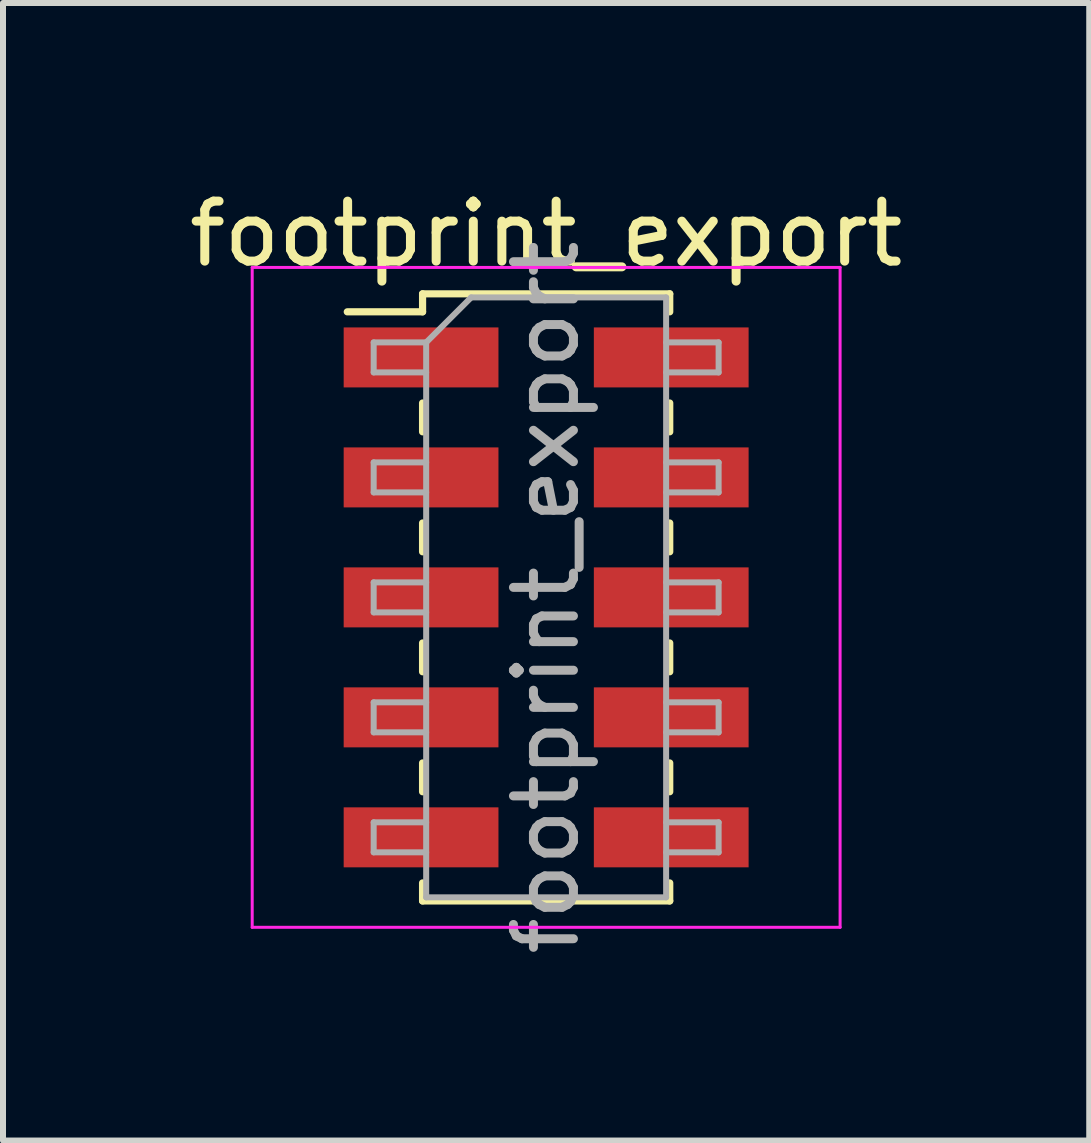
<source format=kicad_pcb>
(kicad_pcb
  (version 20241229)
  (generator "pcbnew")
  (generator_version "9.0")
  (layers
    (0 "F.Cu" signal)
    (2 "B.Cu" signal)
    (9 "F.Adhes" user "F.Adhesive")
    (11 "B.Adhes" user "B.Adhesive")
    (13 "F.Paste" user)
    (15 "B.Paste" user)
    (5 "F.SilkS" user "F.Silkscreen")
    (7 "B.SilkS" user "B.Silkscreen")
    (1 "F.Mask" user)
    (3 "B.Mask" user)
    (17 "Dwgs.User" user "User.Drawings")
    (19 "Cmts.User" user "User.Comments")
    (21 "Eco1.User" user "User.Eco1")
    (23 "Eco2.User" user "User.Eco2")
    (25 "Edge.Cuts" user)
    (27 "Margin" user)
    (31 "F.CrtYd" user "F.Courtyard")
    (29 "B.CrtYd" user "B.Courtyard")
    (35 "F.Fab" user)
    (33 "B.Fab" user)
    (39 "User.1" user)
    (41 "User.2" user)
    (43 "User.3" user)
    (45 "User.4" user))
  (footprint "footprint_export"
    (layer "F.Cu")
    (at 6.054 6.908)
    (property "Reference" "footprint_export" (at 0 -6.06 0) (layer "F.SilkS") (effects (font (size 1 1) (thickness 0.15))))
    (attr smd)
    (fp_line (start -3.315 -4.76) (end -2.06 -4.76) (stroke (width 0.12) (type solid)) (layer "F.SilkS"))
    (fp_line (start -2.06 -5.06) (end -2.06 -4.76) (stroke (width 0.12) (type solid)) (layer "F.SilkS"))
    (fp_line (start -2.06 -5.06) (end 2.06 -5.06) (stroke (width 0.12) (type solid)) (layer "F.SilkS"))
    (fp_line (start -2.06 -3.24) (end -2.06 -2.76) (stroke (width 0.12) (type solid)) (layer "F.SilkS"))
    (fp_line (start -2.06 -1.24) (end -2.06 -0.76) (stroke (width 0.12) (type solid)) (layer "F.SilkS"))
    (fp_line (start -2.06 0.76) (end -2.06 1.24) (stroke (width 0.12) (type solid)) (layer "F.SilkS"))
    (fp_line (start -2.06 2.76) (end -2.06 3.24) (stroke (width 0.12) (type solid)) (layer "F.SilkS"))
    (fp_line (start -2.06 4.76) (end -2.06 5.06) (stroke (width 0.12) (type solid)) (layer "F.SilkS"))
    (fp_line (start -2.06 5.06) (end 2.06 5.06) (stroke (width 0.12) (type solid)) (layer "F.SilkS"))
    (fp_line (start 2.06 -5.06) (end 2.06 -4.76) (stroke (width 0.12) (type solid)) (layer "F.SilkS"))
    (fp_line (start 2.06 -3.24) (end 2.06 -2.76) (stroke (width 0.12) (type solid)) (layer "F.SilkS"))
    (fp_line (start 2.06 -1.24) (end 2.06 -0.76) (stroke (width 0.12) (type solid)) (layer "F.SilkS"))
    (fp_line (start 2.06 0.76) (end 2.06 1.24) (stroke (width 0.12) (type solid)) (layer "F.SilkS"))
    (fp_line (start 2.06 2.76) (end 2.06 3.24) (stroke (width 0.12) (type solid)) (layer "F.SilkS"))
    (fp_line (start 2.06 4.76) (end 2.06 5.06) (stroke (width 0.12) (type solid)) (layer "F.SilkS"))
    (fp_line (start -4.9 -5.5) (end -4.9 5.5) (stroke (width 0.05) (type solid)) (layer "F.CrtYd"))
    (fp_line (start -4.9 5.5) (end 4.9 5.5) (stroke (width 0.05) (type solid)) (layer "F.CrtYd"))
    (fp_line (start 4.9 -5.5) (end -4.9 -5.5) (stroke (width 0.05) (type solid)) (layer "F.CrtYd"))
    (fp_line (start 4.9 5.5) (end 4.9 -5.5) (stroke (width 0.05) (type solid)) (layer "F.CrtYd"))
    (fp_line (start -2.875 -4.25) (end -2.875 -3.75) (stroke (width 0.1) (type solid)) (layer "F.Fab"))
    (fp_line (start -2.875 -3.75) (end -2 -3.75) (stroke (width 0.1) (type solid)) (layer "F.Fab"))
    (fp_line (start -2.875 -2.25) (end -2.875 -1.75) (stroke (width 0.1) (type solid)) (layer "F.Fab"))
    (fp_line (start -2.875 -1.75) (end -2 -1.75) (stroke (width 0.1) (type solid)) (layer "F.Fab"))
    (fp_line (start -2.875 -0.25) (end -2.875 0.25) (stroke (width 0.1) (type solid)) (layer "F.Fab"))
    (fp_line (start -2.875 0.25) (end -2 0.25) (stroke (width 0.1) (type solid)) (layer "F.Fab"))
    (fp_line (start -2.875 1.75) (end -2.875 2.25) (stroke (width 0.1) (type solid)) (layer "F.Fab"))
    (fp_line (start -2.875 2.25) (end -2 2.25) (stroke (width 0.1) (type solid)) (layer "F.Fab"))
    (fp_line (start -2.875 3.75) (end -2.875 4.25) (stroke (width 0.1) (type solid)) (layer "F.Fab"))
    (fp_line (start -2.875 4.25) (end -2 4.25) (stroke (width 0.1) (type solid)) (layer "F.Fab"))
    (fp_line (start -2 -4.25) (end -2.875 -4.25) (stroke (width 0.1) (type solid)) (layer "F.Fab"))
    (fp_line (start -2 -4.25) (end -1.25 -5) (stroke (width 0.1) (type solid)) (layer "F.Fab"))
    (fp_line (start -2 -2.25) (end -2.875 -2.25) (stroke (width 0.1) (type solid)) (layer "F.Fab"))
    (fp_line (start -2 -0.25) (end -2.875 -0.25) (stroke (width 0.1) (type solid)) (layer "F.Fab"))
    (fp_line (start -2 1.75) (end -2.875 1.75) (stroke (width 0.1) (type solid)) (layer "F.Fab"))
    (fp_line (start -2 3.75) (end -2.875 3.75) (stroke (width 0.1) (type solid)) (layer "F.Fab"))
    (fp_line (start -2 5) (end -2 -4.25) (stroke (width 0.1) (type solid)) (layer "F.Fab"))
    (fp_line (start -1.25 -5) (end 2 -5) (stroke (width 0.1) (type solid)) (layer "F.Fab"))
    (fp_line (start 2 -5) (end 2 5) (stroke (width 0.1) (type solid)) (layer "F.Fab"))
    (fp_line (start 2 -4.25) (end 2.875 -4.25) (stroke (width 0.1) (type solid)) (layer "F.Fab"))
    (fp_line (start 2 -2.25) (end 2.875 -2.25) (stroke (width 0.1) (type solid)) (layer "F.Fab"))
    (fp_line (start 2 -0.25) (end 2.875 -0.25) (stroke (width 0.1) (type solid)) (layer "F.Fab"))
    (fp_line (start 2 1.75) (end 2.875 1.75) (stroke (width 0.1) (type solid)) (layer "F.Fab"))
    (fp_line (start 2 3.75) (end 2.875 3.75) (stroke (width 0.1) (type solid)) (layer "F.Fab"))
    (fp_line (start 2 5) (end -2 5) (stroke (width 0.1) (type solid)) (layer "F.Fab"))
    (fp_line (start 2.875 -4.25) (end 2.875 -3.75) (stroke (width 0.1) (type solid)) (layer "F.Fab"))
    (fp_line (start 2.875 -3.75) (end 2 -3.75) (stroke (width 0.1) (type solid)) (layer "F.Fab"))
    (fp_line (start 2.875 -2.25) (end 2.875 -1.75) (stroke (width 0.1) (type solid)) (layer "F.Fab"))
    (fp_line (start 2.875 -1.75) (end 2 -1.75) (stroke (width 0.1) (type solid)) (layer "F.Fab"))
    (fp_line (start 2.875 -0.25) (end 2.875 0.25) (stroke (width 0.1) (type solid)) (layer "F.Fab"))
    (fp_line (start 2.875 0.25) (end 2 0.25) (stroke (width 0.1) (type solid)) (layer "F.Fab"))
    (fp_line (start 2.875 1.75) (end 2.875 2.25) (stroke (width 0.1) (type solid)) (layer "F.Fab"))
    (fp_line (start 2.875 2.25) (end 2 2.25) (stroke (width 0.1) (type solid)) (layer "F.Fab"))
    (fp_line (start 2.875 3.75) (end 2.875 4.25) (stroke (width 0.1) (type solid)) (layer "F.Fab"))
    (fp_line (start 2.875 4.25) (end 2 4.25) (stroke (width 0.1) (type solid)) (layer "F.Fab"))
    (fp_text user "${REFERENCE}" (at 0 0 90) (layer "F.Fab") (effects (font (size 1 1) (thickness 0.15))))
    (pad "1" smd rect (at -2.085 -4) (size 2.58 1) (layers "F.Cu" "F.Mask" "F.Paste"))
    (pad "2" smd rect (at 2.085 -4) (size 2.58 1) (layers "F.Cu" "F.Mask" "F.Paste"))
    (pad "3" smd rect (at -2.085 -2) (size 2.58 1) (layers "F.Cu" "F.Mask" "F.Paste"))
    (pad "4" smd rect (at 2.085 -2) (size 2.58 1) (layers "F.Cu" "F.Mask" "F.Paste"))
    (pad "5" smd rect (at -2.085 0) (size 2.58 1) (layers "F.Cu" "F.Mask" "F.Paste"))
    (pad "6" smd rect (at 2.085 0) (size 2.58 1) (layers "F.Cu" "F.Mask" "F.Paste"))
    (pad "7" smd rect (at -2.085 2) (size 2.58 1) (layers "F.Cu" "F.Mask" "F.Paste"))
    (pad "8" smd rect (at 2.085 2) (size 2.58 1) (layers "F.Cu" "F.Mask" "F.Paste"))
    (pad "9" smd rect (at -2.085 4) (size 2.58 1) (layers "F.Cu" "F.Mask" "F.Paste"))
    (pad "10" smd rect (at 2.085 4) (size 2.58 1) (layers "F.Cu" "F.Mask" "F.Paste")))
  (gr_rect
    (start -3 -3)
    (end 15.107 15.962)
    (stroke (width 0.1) (type default))
    (fill no)
    (layer "Edge.Cuts")))
</source>
